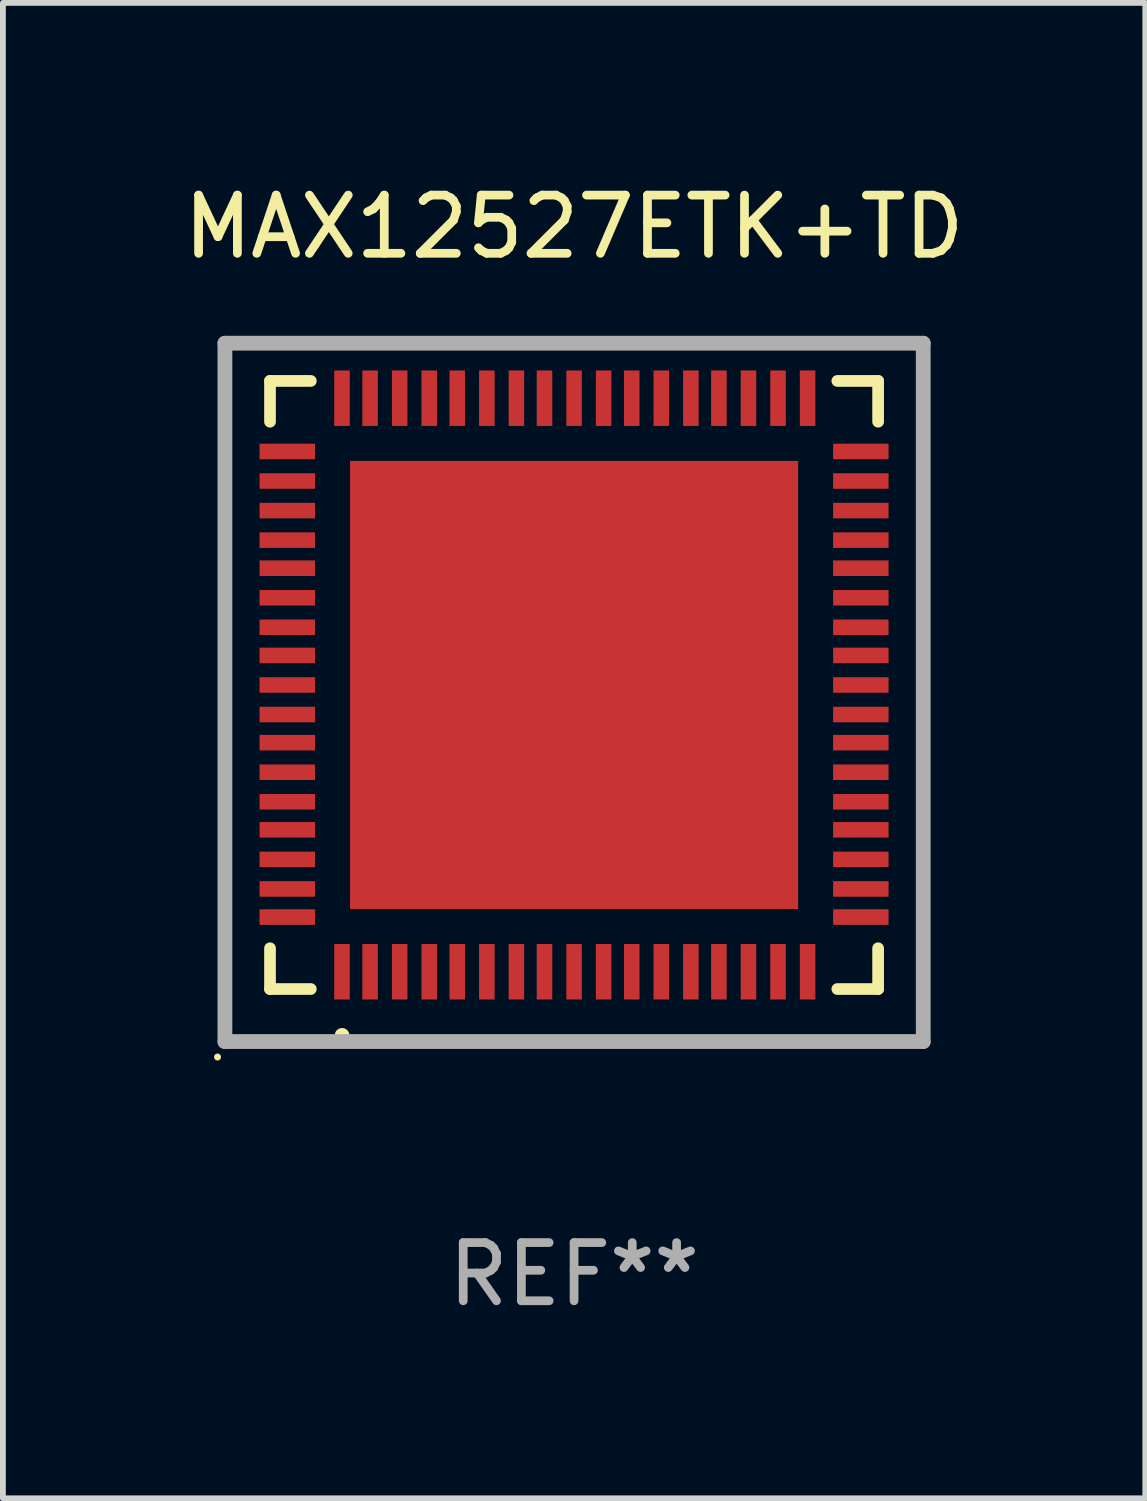
<source format=kicad_pcb>
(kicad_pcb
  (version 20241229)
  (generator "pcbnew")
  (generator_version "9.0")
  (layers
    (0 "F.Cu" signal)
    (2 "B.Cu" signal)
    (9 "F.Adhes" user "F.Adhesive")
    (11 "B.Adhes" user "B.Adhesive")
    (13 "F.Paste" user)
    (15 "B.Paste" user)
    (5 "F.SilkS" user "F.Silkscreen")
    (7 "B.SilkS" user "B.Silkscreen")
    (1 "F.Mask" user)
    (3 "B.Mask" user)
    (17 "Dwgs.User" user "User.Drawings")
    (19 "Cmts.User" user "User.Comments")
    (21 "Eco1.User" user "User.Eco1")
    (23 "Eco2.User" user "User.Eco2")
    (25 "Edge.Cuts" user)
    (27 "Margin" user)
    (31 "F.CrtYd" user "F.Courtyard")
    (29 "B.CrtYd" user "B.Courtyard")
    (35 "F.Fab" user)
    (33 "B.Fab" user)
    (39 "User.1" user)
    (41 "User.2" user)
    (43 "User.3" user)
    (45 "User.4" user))
  (footprint "MAX12527ETK+TD"
    (layer "F.Cu")
    (at 6.815 8.848)
    (property "Reference" "MAX12527ETK+TD" (at 0 -8 0) (layer "F.SilkS") (effects (font (size 1 1) (thickness 0.15))))
    (attr through_hole)
    (fp_line (start -5.225 -5.352) (end -4.524 -5.352) (stroke (width 0.201) (type solid)) (layer "F.SilkS"))
    (fp_line (start -5.225 -4.651) (end -5.225 -5.352) (stroke (width 0.201) (type solid)) (layer "F.SilkS"))
    (fp_line (start -5.225 5.098) (end -5.225 4.397) (stroke (width 0.201) (type solid)) (layer "F.SilkS"))
    (fp_line (start -4.524 5.098) (end -5.225 5.098) (stroke (width 0.201) (type solid)) (layer "F.SilkS"))
    (fp_line (start 5.225 -5.352) (end 4.524 -5.352) (stroke (width 0.201) (type solid)) (layer "F.SilkS"))
    (fp_line (start 5.225 -4.651) (end 5.225 -5.352) (stroke (width 0.201) (type solid)) (layer "F.SilkS"))
    (fp_line (start 5.225 4.397) (end 5.225 5.098) (stroke (width 0.201) (type solid)) (layer "F.SilkS"))
    (fp_line (start 5.225 5.098) (end 4.524 5.098) (stroke (width 0.201) (type solid)) (layer "F.SilkS"))
    (fp_arc (start -3.987808 5.892812) (mid -3.986538 5.892806) (end -3.985268 5.892812) (stroke (width 0.24892) (type solid)) (layer "F.SilkS"))
    (fp_circle (center -6.127 6.266) (end -6.097 6.266) (stroke (width 0.06) (type solid)) (fill no) (layer "F.SilkS"))
    (fp_line (start -6 -6) (end 6 -6) (stroke (width 0.254) (type solid)) (layer "F.Fab"))
    (fp_line (start -6 6) (end -6 -6) (stroke (width 0.254) (type solid)) (layer "F.Fab"))
    (fp_line (start 6 -6) (end 6 6) (stroke (width 0.254) (type solid)) (layer "F.Fab"))
    (fp_line (start 6 6) (end -6 6) (stroke (width 0.254) (type solid)) (layer "F.Fab"))
    (fp_text user "REF**" (at 0 10 0) (layer "F.Fab") (effects (font (size 1 1) (thickness 0.15))))
    (pad "1" smd rect (at -3.988 4.801 180) (size 0.267 0.953) (layers "F.Cu" "F.Mask" "F.Paste"))
    (pad "2" smd rect (at -3.505 4.801 180) (size 0.267 0.953) (layers "F.Cu" "F.Mask" "F.Paste"))
    (pad "3" smd rect (at -2.997 4.801 180) (size 0.267 0.953) (layers "F.Cu" "F.Mask" "F.Paste"))
    (pad "4" smd rect (at -2.489 4.801 180) (size 0.267 0.953) (layers "F.Cu" "F.Mask" "F.Paste"))
    (pad "5" smd rect (at -2.007 4.801 180) (size 0.267 0.953) (layers "F.Cu" "F.Mask" "F.Paste"))
    (pad "6" smd rect (at -1.499 4.801 180) (size 0.267 0.953) (layers "F.Cu" "F.Mask" "F.Paste"))
    (pad "7" smd rect (at -0.991 4.801 180) (size 0.267 0.953) (layers "F.Cu" "F.Mask" "F.Paste"))
    (pad "8" smd rect (at -0.508 4.801 180) (size 0.267 0.953) (layers "F.Cu" "F.Mask" "F.Paste"))
    (pad "9" smd rect (at 0 4.801 180) (size 0.267 0.953) (layers "F.Cu" "F.Mask" "F.Paste"))
    (pad "10" smd rect (at 0.508 4.801 180) (size 0.267 0.953) (layers "F.Cu" "F.Mask" "F.Paste"))
    (pad "11" smd rect (at 0.991 4.801 180) (size 0.267 0.953) (layers "F.Cu" "F.Mask" "F.Paste"))
    (pad "12" smd rect (at 1.499 4.801 180) (size 0.267 0.953) (layers "F.Cu" "F.Mask" "F.Paste"))
    (pad "13" smd rect (at 2.007 4.801 180) (size 0.267 0.953) (layers "F.Cu" "F.Mask" "F.Paste"))
    (pad "14" smd rect (at 2.489 4.801 180) (size 0.267 0.953) (layers "F.Cu" "F.Mask" "F.Paste"))
    (pad "15" smd rect (at 2.997 4.801 180) (size 0.267 0.953) (layers "F.Cu" "F.Mask" "F.Paste"))
    (pad "16" smd rect (at 3.505 4.801 180) (size 0.267 0.953) (layers "F.Cu" "F.Mask" "F.Paste"))
    (pad "17" smd rect (at 4.013 4.801 180) (size 0.267 0.953) (layers "F.Cu" "F.Mask" "F.Paste"))
    (pad "18" smd rect (at 4.928 3.861 90) (size 0.267 0.953) (layers "F.Cu" "F.Mask" "F.Paste"))
    (pad "19" smd rect (at 4.928 3.378 90) (size 0.267 0.953) (layers "F.Cu" "F.Mask" "F.Paste"))
    (pad "20" smd rect (at 4.928 2.87 90) (size 0.267 0.953) (layers "F.Cu" "F.Mask" "F.Paste"))
    (pad "21" smd rect (at 4.928 2.362 90) (size 0.267 0.953) (layers "F.Cu" "F.Mask" "F.Paste"))
    (pad "22" smd rect (at 4.928 1.88 90) (size 0.267 0.953) (layers "F.Cu" "F.Mask" "F.Paste"))
    (pad "23" smd rect (at 4.928 1.372 90) (size 0.267 0.953) (layers "F.Cu" "F.Mask" "F.Paste"))
    (pad "24" smd rect (at 4.928 0.864 90) (size 0.267 0.953) (layers "F.Cu" "F.Mask" "F.Paste"))
    (pad "25" smd rect (at 4.928 0.381 90) (size 0.267 0.953) (layers "F.Cu" "F.Mask" "F.Paste"))
    (pad "26" smd rect (at 4.928 -0.127 90) (size 0.267 0.953) (layers "F.Cu" "F.Mask" "F.Paste"))
    (pad "27" smd rect (at 4.928 -0.635 90) (size 0.267 0.953) (layers "F.Cu" "F.Mask" "F.Paste"))
    (pad "28" smd rect (at 4.928 -1.118 90) (size 0.267 0.953) (layers "F.Cu" "F.Mask" "F.Paste"))
    (pad "29" smd rect (at 4.928 -1.626 90) (size 0.267 0.953) (layers "F.Cu" "F.Mask" "F.Paste"))
    (pad "30" smd rect (at 4.928 -2.134 90) (size 0.267 0.953) (layers "F.Cu" "F.Mask" "F.Paste"))
    (pad "31" smd rect (at 4.928 -2.616 90) (size 0.267 0.953) (layers "F.Cu" "F.Mask" "F.Paste"))
    (pad "32" smd rect (at 4.928 -3.124 90) (size 0.267 0.953) (layers "F.Cu" "F.Mask" "F.Paste"))
    (pad "33" smd rect (at 4.928 -3.632 90) (size 0.267 0.953) (layers "F.Cu" "F.Mask" "F.Paste"))
    (pad "34" smd rect (at 4.928 -4.14 90) (size 0.267 0.953) (layers "F.Cu" "F.Mask" "F.Paste"))
    (pad "35" smd rect (at 4.013 -5.055 180) (size 0.267 0.953) (layers "F.Cu" "F.Mask" "F.Paste"))
    (pad "36" smd rect (at 3.505 -5.055 180) (size 0.267 0.953) (layers "F.Cu" "F.Mask" "F.Paste"))
    (pad "37" smd rect (at 2.997 -5.055 180) (size 0.267 0.953) (layers "F.Cu" "F.Mask" "F.Paste"))
    (pad "38" smd rect (at 2.489 -5.055 180) (size 0.267 0.953) (layers "F.Cu" "F.Mask" "F.Paste"))
    (pad "39" smd rect (at 2.007 -5.055 180) (size 0.267 0.953) (layers "F.Cu" "F.Mask" "F.Paste"))
    (pad "40" smd rect (at 1.499 -5.055 180) (size 0.267 0.953) (layers "F.Cu" "F.Mask" "F.Paste"))
    (pad "41" smd rect (at 0.991 -5.055 180) (size 0.267 0.953) (layers "F.Cu" "F.Mask" "F.Paste"))
    (pad "42" smd rect (at 0.508 -5.055 180) (size 0.267 0.953) (layers "F.Cu" "F.Mask" "F.Paste"))
    (pad "43" smd rect (at 0 -5.055 180) (size 0.267 0.953) (layers "F.Cu" "F.Mask" "F.Paste"))
    (pad "44" smd rect (at -0.508 -5.055 180) (size 0.267 0.953) (layers "F.Cu" "F.Mask" "F.Paste"))
    (pad "45" smd rect (at -0.991 -5.055 180) (size 0.267 0.953) (layers "F.Cu" "F.Mask" "F.Paste"))
    (pad "46" smd rect (at -1.499 -5.055 180) (size 0.267 0.953) (layers "F.Cu" "F.Mask" "F.Paste"))
    (pad "47" smd rect (at -2.007 -5.055 180) (size 0.267 0.953) (layers "F.Cu" "F.Mask" "F.Paste"))
    (pad "48" smd rect (at -2.489 -5.055 180) (size 0.267 0.953) (layers "F.Cu" "F.Mask" "F.Paste"))
    (pad "49" smd rect (at -2.997 -5.055 180) (size 0.267 0.953) (layers "F.Cu" "F.Mask" "F.Paste"))
    (pad "50" smd rect (at -3.505 -5.055 180) (size 0.267 0.953) (layers "F.Cu" "F.Mask" "F.Paste"))
    (pad "51" smd rect (at -3.988 -5.055 180) (size 0.267 0.953) (layers "F.Cu" "F.Mask" "F.Paste"))
    (pad "52" smd rect (at -4.928 -4.14 90) (size 0.267 0.953) (layers "F.Cu" "F.Mask" "F.Paste"))
    (pad "53" smd rect (at -4.928 -3.632 90) (size 0.267 0.953) (layers "F.Cu" "F.Mask" "F.Paste"))
    (pad "54" smd rect (at -4.928 -3.124 90) (size 0.267 0.953) (layers "F.Cu" "F.Mask" "F.Paste"))
    (pad "55" smd rect (at -4.928 -2.616 90) (size 0.267 0.953) (layers "F.Cu" "F.Mask" "F.Paste"))
    (pad "56" smd rect (at -4.928 -2.134 90) (size 0.267 0.953) (layers "F.Cu" "F.Mask" "F.Paste"))
    (pad "57" smd rect (at -4.928 -1.626 90) (size 0.267 0.953) (layers "F.Cu" "F.Mask" "F.Paste"))
    (pad "58" smd rect (at -4.928 -1.118 90) (size 0.267 0.953) (layers "F.Cu" "F.Mask" "F.Paste"))
    (pad "59" smd rect (at -4.928 -0.635 90) (size 0.267 0.953) (layers "F.Cu" "F.Mask" "F.Paste"))
    (pad "60" smd rect (at -4.928 -0.127 90) (size 0.267 0.953) (layers "F.Cu" "F.Mask" "F.Paste"))
    (pad "61" smd rect (at -4.928 0.381 90) (size 0.267 0.953) (layers "F.Cu" "F.Mask" "F.Paste"))
    (pad "62" smd rect (at -4.928 0.864 90) (size 0.267 0.953) (layers "F.Cu" "F.Mask" "F.Paste"))
    (pad "63" smd rect (at -4.928 1.372 90) (size 0.267 0.953) (layers "F.Cu" "F.Mask" "F.Paste"))
    (pad "64" smd rect (at -4.928 1.88 90) (size 0.267 0.953) (layers "F.Cu" "F.Mask" "F.Paste"))
    (pad "65" smd rect (at -4.928 2.362 90) (size 0.267 0.953) (layers "F.Cu" "F.Mask" "F.Paste"))
    (pad "66" smd rect (at -4.928 2.87 90) (size 0.267 0.953) (layers "F.Cu" "F.Mask" "F.Paste"))
    (pad "67" smd rect (at -4.928 3.378 90) (size 0.267 0.953) (layers "F.Cu" "F.Mask" "F.Paste"))
    (pad "68" smd rect (at -4.928 3.861 90) (size 0.267 0.953) (layers "F.Cu" "F.Mask" "F.Paste"))
    (pad "69" smd rect (at 0 -0.127 90) (size 7.7 7.7) (layers "F.Cu" "F.Mask" "F.Paste")))
  (gr_rect
    (start -3 -3)
    (end 16.631 22.697)
    (stroke (width 0.1) (type default))
    (fill no)
    (layer "Edge.Cuts")))
</source>
